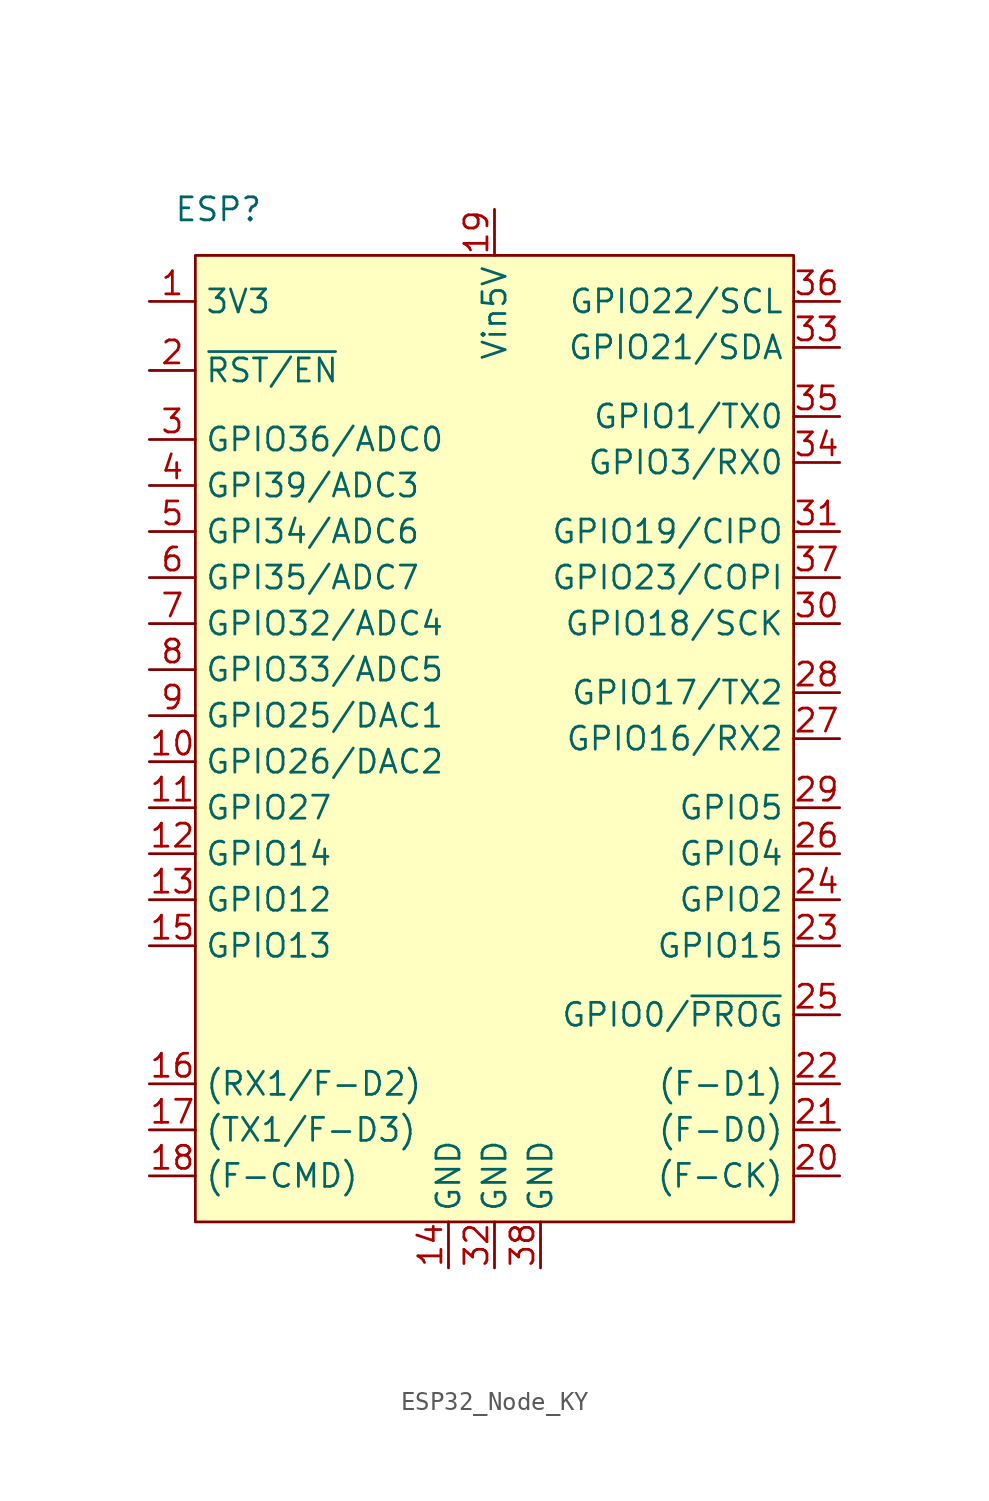
<source format=kicad_sym>
(kicad_symbol_lib
  (version 20220914)
  (generator kicad_symbol_editor)
  (symbol "ESP32_Node_KY"
    (property "Reference" "ESP"
      (at -15.24 27.94 0)
      (effects (font (size 1.27 1.27))))
    (property "Value" ""
      (at 0 29.21 0)
      (effects (font (size 1.27 1.27))))
    (symbol "ESP32_Node_KY_1_1"
      (rectangle (start -16.51 25.4) (end 16.51 -27.94) (stroke (width 0) (type default)) (fill (type background)))
      (pin power_out line (at -19.05 22.86 0) (length 2.54) (name "3V3" (effects (font (size 1.27 1.27)))) (number "1" (effects (font (size 1.27 1.27)))))
      (pin bidirectional line (at -19.05 -2.54 0) (length 2.54) (name "GPIO26/DAC2" (effects (font (size 1.27 1.27)))) (number "10" (effects (font (size 1.27 1.27)))))
      (pin bidirectional line (at -19.05 -5.08 0) (length 2.54) (name "GPIO27" (effects (font (size 1.27 1.27)))) (number "11" (effects (font (size 1.27 1.27)))))
      (pin bidirectional line (at -19.05 -7.62 0) (length 2.54) (name "GPIO14" (effects (font (size 1.27 1.27)))) (number "12" (effects (font (size 1.27 1.27)))))
      (pin bidirectional line (at -19.05 -10.16 0) (length 2.54) (name "GPIO12" (effects (font (size 1.27 1.27)))) (number "13" (effects (font (size 1.27 1.27)))))
      (pin power_in line (at -2.54 -30.48 90) (length 2.54) (name "GND" (effects (font (size 1.27 1.27)))) (number "14" (effects (font (size 1.27 1.27)))))
      (pin bidirectional line (at -19.05 -12.7 0) (length 2.54) (name "GPIO13" (effects (font (size 1.27 1.27)))) (number "15" (effects (font (size 1.27 1.27)))))
      (pin bidirectional line (at -19.05 -20.32 0) (length 2.54) (name "(RX1/F-D2)" (effects (font (size 1.27 1.27)))) (number "16" (effects (font (size 1.27 1.27)))))
      (pin bidirectional line (at -19.05 -22.86 0) (length 2.54) (name "(TX1/F-D3)" (effects (font (size 1.27 1.27)))) (number "17" (effects (font (size 1.27 1.27)))))
      (pin unspecified line (at -19.05 -25.4 0) (length 2.54) (name "(F-CMD)" (effects (font (size 1.27 1.27)))) (number "18" (effects (font (size 1.27 1.27)))))
      (pin power_in line (at 0 27.94 270) (length 2.54) (name "Vin5V" (effects (font (size 1.27 1.27)))) (number "19" (effects (font (size 1.27 1.27)))))
      (pin input line (at -19.05 19.05 0) (length 2.54) (name "~{RST/EN}" (effects (font (size 1.27 1.27)))) (number "2" (effects (font (size 1.27 1.27)))))
      (pin bidirectional line (at 19.05 -25.4 180) (length 2.54) (name "(F-CK)" (effects (font (size 1.27 1.27)))) (number "20" (effects (font (size 1.27 1.27)))))
      (pin bidirectional line (at 19.05 -22.86 180) (length 2.54) (name "(F-D0)" (effects (font (size 1.27 1.27)))) (number "21" (effects (font (size 1.27 1.27)))))
      (pin bidirectional line (at 19.05 -20.32 180) (length 2.54) (name "(F-D1)" (effects (font (size 1.27 1.27)))) (number "22" (effects (font (size 1.27 1.27)))))
      (pin bidirectional line (at 19.05 -12.7 180) (length 2.54) (name "GPIO15" (effects (font (size 1.27 1.27)))) (number "23" (effects (font (size 1.27 1.27)))))
      (pin bidirectional line (at 19.05 -10.16 180) (length 2.54) (name "GPIO2" (effects (font (size 1.27 1.27)))) (number "24" (effects (font (size 1.27 1.27)))))
      (pin bidirectional line (at 19.05 -16.51 180) (length 2.54) (name "GPIO0/~{PROG}" (effects (font (size 1.27 1.27)))) (number "25" (effects (font (size 1.27 1.27)))))
      (pin bidirectional line (at 19.05 -7.62 180) (length 2.54) (name "GPIO4" (effects (font (size 1.27 1.27)))) (number "26" (effects (font (size 1.27 1.27)))))
      (pin bidirectional line (at 19.05 -1.27 180) (length 2.54) (name "GPIO16/RX2" (effects (font (size 1.27 1.27)))) (number "27" (effects (font (size 1.27 1.27)))))
      (pin bidirectional line (at 19.05 1.27 180) (length 2.54) (name "GPIO17/TX2" (effects (font (size 1.27 1.27)))) (number "28" (effects (font (size 1.27 1.27)))))
      (pin bidirectional line (at 19.05 -5.08 180) (length 2.54) (name "GPIO5" (effects (font (size 1.27 1.27)))) (number "29" (effects (font (size 1.27 1.27)))))
      (pin input line (at -19.05 15.24 0) (length 2.54) (name "GPIO36/ADC0" (effects (font (size 1.27 1.27)))) (number "3" (effects (font (size 1.27 1.27)))))
      (pin bidirectional line (at 19.05 5.08 180) (length 2.54) (name "GPIO18/SCK" (effects (font (size 1.27 1.27)))) (number "30" (effects (font (size 1.27 1.27)))))
      (pin bidirectional line (at 19.05 10.16 180) (length 2.54) (name "GPIO19/CIPO" (effects (font (size 1.27 1.27)))) (number "31" (effects (font (size 1.27 1.27)))))
      (pin power_in line (at 0 -30.48 90) (length 2.54) (name "GND" (effects (font (size 1.27 1.27)))) (number "32" (effects (font (size 1.27 1.27)))))
      (pin bidirectional line (at 19.05 20.32 180) (length 2.54) (name "GPIO21/SDA" (effects (font (size 1.27 1.27)))) (number "33" (effects (font (size 1.27 1.27)))))
      (pin bidirectional line (at 19.05 13.97 180) (length 2.54) (name "GPIO3/RX0" (effects (font (size 1.27 1.27)))) (number "34" (effects (font (size 1.27 1.27)))))
      (pin bidirectional line (at 19.05 16.51 180) (length 2.54) (name "GPIO1/TX0" (effects (font (size 1.27 1.27)))) (number "35" (effects (font (size 1.27 1.27)))))
      (pin bidirectional line (at 19.05 22.86 180) (length 2.54) (name "GPIO22/SCL" (effects (font (size 1.27 1.27)))) (number "36" (effects (font (size 1.27 1.27)))))
      (pin bidirectional line (at 19.05 7.62 180) (length 2.54) (name "GPIO23/COPI" (effects (font (size 1.27 1.27)))) (number "37" (effects (font (size 1.27 1.27)))))
      (pin power_in line (at 2.54 -30.48 90) (length 2.54) (name "GND" (effects (font (size 1.27 1.27)))) (number "38" (effects (font (size 1.27 1.27)))))
      (pin input line (at -19.05 12.7 0) (length 2.54) (name "GPI39/ADC3" (effects (font (size 1.27 1.27)))) (number "4" (effects (font (size 1.27 1.27)))))
      (pin input line (at -19.05 10.16 0) (length 2.54) (name "GPI34/ADC6" (effects (font (size 1.27 1.27)))) (number "5" (effects (font (size 1.27 1.27)))))
      (pin input line (at -19.05 7.62 0) (length 2.54) (name "GPI35/ADC7" (effects (font (size 1.27 1.27)))) (number "6" (effects (font (size 1.27 1.27)))))
      (pin bidirectional line (at -19.05 5.08 0) (length 2.54) (name "GPIO32/ADC4" (effects (font (size 1.27 1.27)))) (number "7" (effects (font (size 1.27 1.27)))))
      (pin bidirectional line (at -19.05 2.54 0) (length 2.54) (name "GPIO33/ADC5" (effects (font (size 1.27 1.27)))) (number "8" (effects (font (size 1.27 1.27)))))
      (pin bidirectional line (at -19.05 0 0) (length 2.54) (name "GPIO25/DAC1" (effects (font (size 1.27 1.27)))) (number "9" (effects (font (size 1.27 1.27))))))))
</source>
